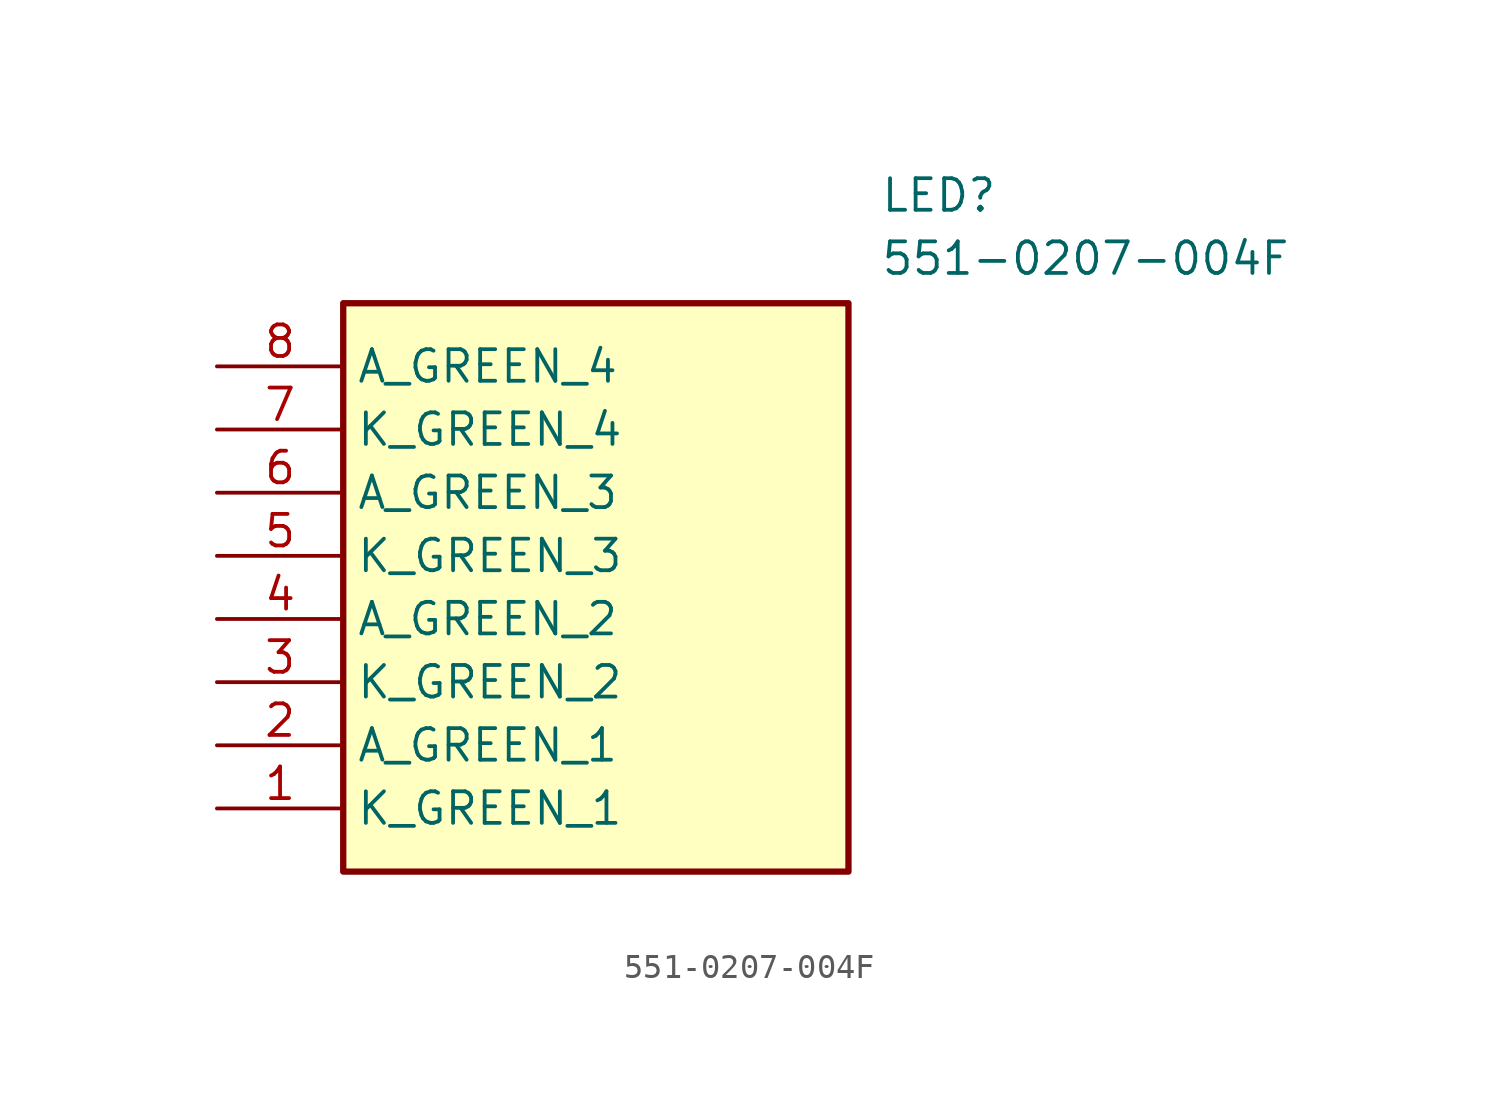
<source format=kicad_sym>
(kicad_symbol_lib
  (version 20211014)
  (generator SamacSys_ECAD_Model)
  (symbol "551-0207-004F"
    (property "Reference" "LED"
      (at 26.67 7.62 0)
      (effects (font (size 1.27 1.27)) (justify left top)))
    (property "Value" "551-0207-004F"
      (at 26.67 5.08 0)
      (effects (font (size 1.27 1.27)) (justify left top)))
    (rectangle
      (start 5.08 2.54)
      (end 25.4 -20.32)
      (stroke (width 0.254) (type default))
      (fill (type background)))
    (pin passive line
      (at 0 -17.78 0)
      (length 5.08)
      (name "K_GREEN_1" (effects (font (size 1.27 1.27))))
      (number "1" (effects (font (size 1.27 1.27)))))
    (pin passive line
      (at 0 -15.24 0)
      (length 5.08)
      (name "A_GREEN_1" (effects (font (size 1.27 1.27))))
      (number "2" (effects (font (size 1.27 1.27)))))
    (pin passive line
      (at 0 -12.7 0)
      (length 5.08)
      (name "K_GREEN_2" (effects (font (size 1.27 1.27))))
      (number "3" (effects (font (size 1.27 1.27)))))
    (pin passive line
      (at 0 -10.16 0)
      (length 5.08)
      (name "A_GREEN_2" (effects (font (size 1.27 1.27))))
      (number "4" (effects (font (size 1.27 1.27)))))
    (pin passive line
      (at 0 -7.62 0)
      (length 5.08)
      (name "K_GREEN_3" (effects (font (size 1.27 1.27))))
      (number "5" (effects (font (size 1.27 1.27)))))
    (pin passive line
      (at 0 -5.08 0)
      (length 5.08)
      (name "A_GREEN_3" (effects (font (size 1.27 1.27))))
      (number "6" (effects (font (size 1.27 1.27)))))
    (pin passive line
      (at 0 -2.54 0)
      (length 5.08)
      (name "K_GREEN_4" (effects (font (size 1.27 1.27))))
      (number "7" (effects (font (size 1.27 1.27)))))
    (pin passive line
      (at 0 0 0)
      (length 5.08)
      (name "A_GREEN_4" (effects (font (size 1.27 1.27))))
      (number "8" (effects (font (size 1.27 1.27)))))))
</source>
